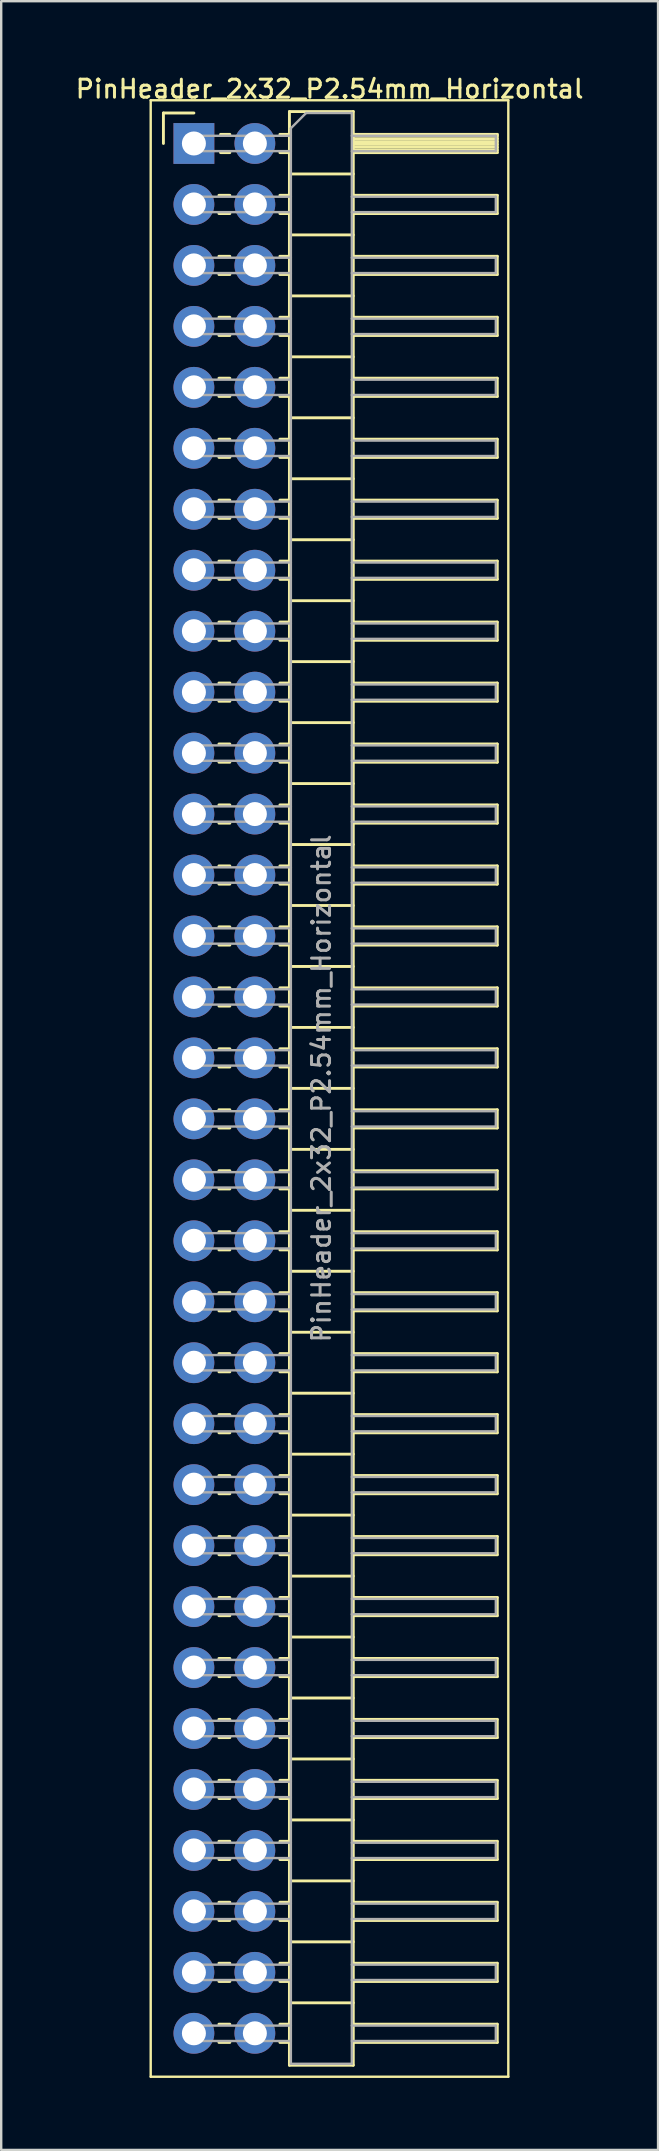
<source format=kicad_pcb>
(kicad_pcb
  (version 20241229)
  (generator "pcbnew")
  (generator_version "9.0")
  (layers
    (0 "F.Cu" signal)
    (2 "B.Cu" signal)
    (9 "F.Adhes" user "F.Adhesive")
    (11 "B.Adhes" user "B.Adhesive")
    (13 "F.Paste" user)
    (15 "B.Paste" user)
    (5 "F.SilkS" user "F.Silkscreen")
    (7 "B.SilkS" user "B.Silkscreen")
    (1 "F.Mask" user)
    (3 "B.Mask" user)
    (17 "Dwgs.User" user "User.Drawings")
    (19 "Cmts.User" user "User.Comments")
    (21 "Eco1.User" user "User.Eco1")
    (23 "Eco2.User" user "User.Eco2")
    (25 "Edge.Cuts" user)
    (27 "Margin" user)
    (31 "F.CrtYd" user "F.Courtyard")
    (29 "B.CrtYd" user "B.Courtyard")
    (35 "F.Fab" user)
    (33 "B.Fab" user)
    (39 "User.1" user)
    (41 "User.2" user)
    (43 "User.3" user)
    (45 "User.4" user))
  (footprint "PinHeader_2x32_P2.54mm_Horizontal"
    (layer "F.Cu")
    (at 5.029 2.928)
    (property "Reference" "PinHeader_2x32_P2.54mm_Horizontal" (at 5.655 -2.27 0) (layer "F.SilkS") (effects (font (size 0.75 0.75) (thickness 0.125))))
    (attr through_hole)
    (fp_line (start -1.8 -1.8) (end -1.8 80.55) (stroke (width 0.1) (type solid)) (layer "F.SilkS"))
    (fp_line (start -1.8 80.55) (end 13.1 80.55) (stroke (width 0.1) (type solid)) (layer "F.SilkS"))
    (fp_line (start -1.27 -1.27) (end 0 -1.27) (stroke (width 0.12) (type solid)) (layer "F.SilkS"))
    (fp_line (start -1.27 0) (end -1.27 -1.27) (stroke (width 0.12) (type solid)) (layer "F.SilkS"))
    (fp_line (start 1.043 2.16) (end 1.497 2.16) (stroke (width 0.12) (type solid)) (layer "F.SilkS"))
    (fp_line (start 1.043 2.92) (end 1.497 2.92) (stroke (width 0.12) (type solid)) (layer "F.SilkS"))
    (fp_line (start 1.043 4.7) (end 1.497 4.7) (stroke (width 0.12) (type solid)) (layer "F.SilkS"))
    (fp_line (start 1.043 5.46) (end 1.497 5.46) (stroke (width 0.12) (type solid)) (layer "F.SilkS"))
    (fp_line (start 1.043 7.24) (end 1.497 7.24) (stroke (width 0.12) (type solid)) (layer "F.SilkS"))
    (fp_line (start 1.043 8) (end 1.497 8) (stroke (width 0.12) (type solid)) (layer "F.SilkS"))
    (fp_line (start 1.043 9.78) (end 1.497 9.78) (stroke (width 0.12) (type solid)) (layer "F.SilkS"))
    (fp_line (start 1.043 10.54) (end 1.497 10.54) (stroke (width 0.12) (type solid)) (layer "F.SilkS"))
    (fp_line (start 1.043 12.32) (end 1.497 12.32) (stroke (width 0.12) (type solid)) (layer "F.SilkS"))
    (fp_line (start 1.043 13.08) (end 1.497 13.08) (stroke (width 0.12) (type solid)) (layer "F.SilkS"))
    (fp_line (start 1.043 14.86) (end 1.497 14.86) (stroke (width 0.12) (type solid)) (layer "F.SilkS"))
    (fp_line (start 1.043 15.62) (end 1.497 15.62) (stroke (width 0.12) (type solid)) (layer "F.SilkS"))
    (fp_line (start 1.043 17.4) (end 1.497 17.4) (stroke (width 0.12) (type solid)) (layer "F.SilkS"))
    (fp_line (start 1.043 18.16) (end 1.497 18.16) (stroke (width 0.12) (type solid)) (layer "F.SilkS"))
    (fp_line (start 1.043 19.94) (end 1.497 19.94) (stroke (width 0.12) (type solid)) (layer "F.SilkS"))
    (fp_line (start 1.043 20.7) (end 1.497 20.7) (stroke (width 0.12) (type solid)) (layer "F.SilkS"))
    (fp_line (start 1.043 22.48) (end 1.497 22.48) (stroke (width 0.12) (type solid)) (layer "F.SilkS"))
    (fp_line (start 1.043 23.24) (end 1.497 23.24) (stroke (width 0.12) (type solid)) (layer "F.SilkS"))
    (fp_line (start 1.043 25.02) (end 1.497 25.02) (stroke (width 0.12) (type solid)) (layer "F.SilkS"))
    (fp_line (start 1.043 25.78) (end 1.497 25.78) (stroke (width 0.12) (type solid)) (layer "F.SilkS"))
    (fp_line (start 1.043 27.56) (end 1.497 27.56) (stroke (width 0.12) (type solid)) (layer "F.SilkS"))
    (fp_line (start 1.043 28.32) (end 1.497 28.32) (stroke (width 0.12) (type solid)) (layer "F.SilkS"))
    (fp_line (start 1.043 30.1) (end 1.497 30.1) (stroke (width 0.12) (type solid)) (layer "F.SilkS"))
    (fp_line (start 1.043 30.86) (end 1.497 30.86) (stroke (width 0.12) (type solid)) (layer "F.SilkS"))
    (fp_line (start 1.043 32.64) (end 1.497 32.64) (stroke (width 0.12) (type solid)) (layer "F.SilkS"))
    (fp_line (start 1.043 33.4) (end 1.497 33.4) (stroke (width 0.12) (type solid)) (layer "F.SilkS"))
    (fp_line (start 1.043 35.18) (end 1.497 35.18) (stroke (width 0.12) (type solid)) (layer "F.SilkS"))
    (fp_line (start 1.043 35.94) (end 1.497 35.94) (stroke (width 0.12) (type solid)) (layer "F.SilkS"))
    (fp_line (start 1.043 37.72) (end 1.497 37.72) (stroke (width 0.12) (type solid)) (layer "F.SilkS"))
    (fp_line (start 1.043 38.48) (end 1.497 38.48) (stroke (width 0.12) (type solid)) (layer "F.SilkS"))
    (fp_line (start 1.043 40.26) (end 1.497 40.26) (stroke (width 0.12) (type solid)) (layer "F.SilkS"))
    (fp_line (start 1.043 41.02) (end 1.497 41.02) (stroke (width 0.12) (type solid)) (layer "F.SilkS"))
    (fp_line (start 1.043 42.8) (end 1.497 42.8) (stroke (width 0.12) (type solid)) (layer "F.SilkS"))
    (fp_line (start 1.043 43.56) (end 1.497 43.56) (stroke (width 0.12) (type solid)) (layer "F.SilkS"))
    (fp_line (start 1.043 45.34) (end 1.497 45.34) (stroke (width 0.12) (type solid)) (layer "F.SilkS"))
    (fp_line (start 1.043 46.1) (end 1.497 46.1) (stroke (width 0.12) (type solid)) (layer "F.SilkS"))
    (fp_line (start 1.043 47.88) (end 1.497 47.88) (stroke (width 0.12) (type solid)) (layer "F.SilkS"))
    (fp_line (start 1.043 48.64) (end 1.497 48.64) (stroke (width 0.12) (type solid)) (layer "F.SilkS"))
    (fp_line (start 1.043 50.42) (end 1.497 50.42) (stroke (width 0.12) (type solid)) (layer "F.SilkS"))
    (fp_line (start 1.043 51.18) (end 1.497 51.18) (stroke (width 0.12) (type solid)) (layer "F.SilkS"))
    (fp_line (start 1.043 52.96) (end 1.497 52.96) (stroke (width 0.12) (type solid)) (layer "F.SilkS"))
    (fp_line (start 1.043 53.72) (end 1.497 53.72) (stroke (width 0.12) (type solid)) (layer "F.SilkS"))
    (fp_line (start 1.043 55.5) (end 1.497 55.5) (stroke (width 0.12) (type solid)) (layer "F.SilkS"))
    (fp_line (start 1.043 56.26) (end 1.497 56.26) (stroke (width 0.12) (type solid)) (layer "F.SilkS"))
    (fp_line (start 1.043 58.04) (end 1.497 58.04) (stroke (width 0.12) (type solid)) (layer "F.SilkS"))
    (fp_line (start 1.043 58.8) (end 1.497 58.8) (stroke (width 0.12) (type solid)) (layer "F.SilkS"))
    (fp_line (start 1.043 60.58) (end 1.497 60.58) (stroke (width 0.12) (type solid)) (layer "F.SilkS"))
    (fp_line (start 1.043 61.34) (end 1.497 61.34) (stroke (width 0.12) (type solid)) (layer "F.SilkS"))
    (fp_line (start 1.043 63.12) (end 1.497 63.12) (stroke (width 0.12) (type solid)) (layer "F.SilkS"))
    (fp_line (start 1.043 63.88) (end 1.497 63.88) (stroke (width 0.12) (type solid)) (layer "F.SilkS"))
    (fp_line (start 1.043 65.66) (end 1.497 65.66) (stroke (width 0.12) (type solid)) (layer "F.SilkS"))
    (fp_line (start 1.043 66.42) (end 1.497 66.42) (stroke (width 0.12) (type solid)) (layer "F.SilkS"))
    (fp_line (start 1.043 68.2) (end 1.497 68.2) (stroke (width 0.12) (type solid)) (layer "F.SilkS"))
    (fp_line (start 1.043 68.96) (end 1.497 68.96) (stroke (width 0.12) (type solid)) (layer "F.SilkS"))
    (fp_line (start 1.043 70.74) (end 1.497 70.74) (stroke (width 0.12) (type solid)) (layer "F.SilkS"))
    (fp_line (start 1.043 71.5) (end 1.497 71.5) (stroke (width 0.12) (type solid)) (layer "F.SilkS"))
    (fp_line (start 1.043 73.28) (end 1.497 73.28) (stroke (width 0.12) (type solid)) (layer "F.SilkS"))
    (fp_line (start 1.043 74.04) (end 1.497 74.04) (stroke (width 0.12) (type solid)) (layer "F.SilkS"))
    (fp_line (start 1.043 75.82) (end 1.497 75.82) (stroke (width 0.12) (type solid)) (layer "F.SilkS"))
    (fp_line (start 1.043 76.58) (end 1.497 76.58) (stroke (width 0.12) (type solid)) (layer "F.SilkS"))
    (fp_line (start 1.043 78.36) (end 1.497 78.36) (stroke (width 0.12) (type solid)) (layer "F.SilkS"))
    (fp_line (start 1.043 79.12) (end 1.497 79.12) (stroke (width 0.12) (type solid)) (layer "F.SilkS"))
    (fp_line (start 1.11 -0.38) (end 1.497 -0.38) (stroke (width 0.12) (type solid)) (layer "F.SilkS"))
    (fp_line (start 1.11 0.38) (end 1.497 0.38) (stroke (width 0.12) (type solid)) (layer "F.SilkS"))
    (fp_line (start 3.583 -0.38) (end 3.98 -0.38) (stroke (width 0.12) (type solid)) (layer "F.SilkS"))
    (fp_line (start 3.583 0.38) (end 3.98 0.38) (stroke (width 0.12) (type solid)) (layer "F.SilkS"))
    (fp_line (start 3.583 2.16) (end 3.98 2.16) (stroke (width 0.12) (type solid)) (layer "F.SilkS"))
    (fp_line (start 3.583 2.92) (end 3.98 2.92) (stroke (width 0.12) (type solid)) (layer "F.SilkS"))
    (fp_line (start 3.583 4.7) (end 3.98 4.7) (stroke (width 0.12) (type solid)) (layer "F.SilkS"))
    (fp_line (start 3.583 5.46) (end 3.98 5.46) (stroke (width 0.12) (type solid)) (layer "F.SilkS"))
    (fp_line (start 3.583 7.24) (end 3.98 7.24) (stroke (width 0.12) (type solid)) (layer "F.SilkS"))
    (fp_line (start 3.583 8) (end 3.98 8) (stroke (width 0.12) (type solid)) (layer "F.SilkS"))
    (fp_line (start 3.583 9.78) (end 3.98 9.78) (stroke (width 0.12) (type solid)) (layer "F.SilkS"))
    (fp_line (start 3.583 10.54) (end 3.98 10.54) (stroke (width 0.12) (type solid)) (layer "F.SilkS"))
    (fp_line (start 3.583 12.32) (end 3.98 12.32) (stroke (width 0.12) (type solid)) (layer "F.SilkS"))
    (fp_line (start 3.583 13.08) (end 3.98 13.08) (stroke (width 0.12) (type solid)) (layer "F.SilkS"))
    (fp_line (start 3.583 14.86) (end 3.98 14.86) (stroke (width 0.12) (type solid)) (layer "F.SilkS"))
    (fp_line (start 3.583 15.62) (end 3.98 15.62) (stroke (width 0.12) (type solid)) (layer "F.SilkS"))
    (fp_line (start 3.583 17.4) (end 3.98 17.4) (stroke (width 0.12) (type solid)) (layer "F.SilkS"))
    (fp_line (start 3.583 18.16) (end 3.98 18.16) (stroke (width 0.12) (type solid)) (layer "F.SilkS"))
    (fp_line (start 3.583 19.94) (end 3.98 19.94) (stroke (width 0.12) (type solid)) (layer "F.SilkS"))
    (fp_line (start 3.583 20.7) (end 3.98 20.7) (stroke (width 0.12) (type solid)) (layer "F.SilkS"))
    (fp_line (start 3.583 22.48) (end 3.98 22.48) (stroke (width 0.12) (type solid)) (layer "F.SilkS"))
    (fp_line (start 3.583 23.24) (end 3.98 23.24) (stroke (width 0.12) (type solid)) (layer "F.SilkS"))
    (fp_line (start 3.583 25.02) (end 3.98 25.02) (stroke (width 0.12) (type solid)) (layer "F.SilkS"))
    (fp_line (start 3.583 25.78) (end 3.98 25.78) (stroke (width 0.12) (type solid)) (layer "F.SilkS"))
    (fp_line (start 3.583 27.56) (end 3.98 27.56) (stroke (width 0.12) (type solid)) (layer "F.SilkS"))
    (fp_line (start 3.583 28.32) (end 3.98 28.32) (stroke (width 0.12) (type solid)) (layer "F.SilkS"))
    (fp_line (start 3.583 30.1) (end 3.98 30.1) (stroke (width 0.12) (type solid)) (layer "F.SilkS"))
    (fp_line (start 3.583 30.86) (end 3.98 30.86) (stroke (width 0.12) (type solid)) (layer "F.SilkS"))
    (fp_line (start 3.583 32.64) (end 3.98 32.64) (stroke (width 0.12) (type solid)) (layer "F.SilkS"))
    (fp_line (start 3.583 33.4) (end 3.98 33.4) (stroke (width 0.12) (type solid)) (layer "F.SilkS"))
    (fp_line (start 3.583 35.18) (end 3.98 35.18) (stroke (width 0.12) (type solid)) (layer "F.SilkS"))
    (fp_line (start 3.583 35.94) (end 3.98 35.94) (stroke (width 0.12) (type solid)) (layer "F.SilkS"))
    (fp_line (start 3.583 37.72) (end 3.98 37.72) (stroke (width 0.12) (type solid)) (layer "F.SilkS"))
    (fp_line (start 3.583 38.48) (end 3.98 38.48) (stroke (width 0.12) (type solid)) (layer "F.SilkS"))
    (fp_line (start 3.583 40.26) (end 3.98 40.26) (stroke (width 0.12) (type solid)) (layer "F.SilkS"))
    (fp_line (start 3.583 41.02) (end 3.98 41.02) (stroke (width 0.12) (type solid)) (layer "F.SilkS"))
    (fp_line (start 3.583 42.8) (end 3.98 42.8) (stroke (width 0.12) (type solid)) (layer "F.SilkS"))
    (fp_line (start 3.583 43.56) (end 3.98 43.56) (stroke (width 0.12) (type solid)) (layer "F.SilkS"))
    (fp_line (start 3.583 45.34) (end 3.98 45.34) (stroke (width 0.12) (type solid)) (layer "F.SilkS"))
    (fp_line (start 3.583 46.1) (end 3.98 46.1) (stroke (width 0.12) (type solid)) (layer "F.SilkS"))
    (fp_line (start 3.583 47.88) (end 3.98 47.88) (stroke (width 0.12) (type solid)) (layer "F.SilkS"))
    (fp_line (start 3.583 48.64) (end 3.98 48.64) (stroke (width 0.12) (type solid)) (layer "F.SilkS"))
    (fp_line (start 3.583 50.42) (end 3.98 50.42) (stroke (width 0.12) (type solid)) (layer "F.SilkS"))
    (fp_line (start 3.583 51.18) (end 3.98 51.18) (stroke (width 0.12) (type solid)) (layer "F.SilkS"))
    (fp_line (start 3.583 52.96) (end 3.98 52.96) (stroke (width 0.12) (type solid)) (layer "F.SilkS"))
    (fp_line (start 3.583 53.72) (end 3.98 53.72) (stroke (width 0.12) (type solid)) (layer "F.SilkS"))
    (fp_line (start 3.583 55.5) (end 3.98 55.5) (stroke (width 0.12) (type solid)) (layer "F.SilkS"))
    (fp_line (start 3.583 56.26) (end 3.98 56.26) (stroke (width 0.12) (type solid)) (layer "F.SilkS"))
    (fp_line (start 3.583 58.04) (end 3.98 58.04) (stroke (width 0.12) (type solid)) (layer "F.SilkS"))
    (fp_line (start 3.583 58.8) (end 3.98 58.8) (stroke (width 0.12) (type solid)) (layer "F.SilkS"))
    (fp_line (start 3.583 60.58) (end 3.98 60.58) (stroke (width 0.12) (type solid)) (layer "F.SilkS"))
    (fp_line (start 3.583 61.34) (end 3.98 61.34) (stroke (width 0.12) (type solid)) (layer "F.SilkS"))
    (fp_line (start 3.583 63.12) (end 3.98 63.12) (stroke (width 0.12) (type solid)) (layer "F.SilkS"))
    (fp_line (start 3.583 63.88) (end 3.98 63.88) (stroke (width 0.12) (type solid)) (layer "F.SilkS"))
    (fp_line (start 3.583 65.66) (end 3.98 65.66) (stroke (width 0.12) (type solid)) (layer "F.SilkS"))
    (fp_line (start 3.583 66.42) (end 3.98 66.42) (stroke (width 0.12) (type solid)) (layer "F.SilkS"))
    (fp_line (start 3.583 68.2) (end 3.98 68.2) (stroke (width 0.12) (type solid)) (layer "F.SilkS"))
    (fp_line (start 3.583 68.96) (end 3.98 68.96) (stroke (width 0.12) (type solid)) (layer "F.SilkS"))
    (fp_line (start 3.583 70.74) (end 3.98 70.74) (stroke (width 0.12) (type solid)) (layer "F.SilkS"))
    (fp_line (start 3.583 71.5) (end 3.98 71.5) (stroke (width 0.12) (type solid)) (layer "F.SilkS"))
    (fp_line (start 3.583 73.28) (end 3.98 73.28) (stroke (width 0.12) (type solid)) (layer "F.SilkS"))
    (fp_line (start 3.583 74.04) (end 3.98 74.04) (stroke (width 0.12) (type solid)) (layer "F.SilkS"))
    (fp_line (start 3.583 75.82) (end 3.98 75.82) (stroke (width 0.12) (type solid)) (layer "F.SilkS"))
    (fp_line (start 3.583 76.58) (end 3.98 76.58) (stroke (width 0.12) (type solid)) (layer "F.SilkS"))
    (fp_line (start 3.583 78.36) (end 3.98 78.36) (stroke (width 0.12) (type solid)) (layer "F.SilkS"))
    (fp_line (start 3.583 79.12) (end 3.98 79.12) (stroke (width 0.12) (type solid)) (layer "F.SilkS"))
    (fp_line (start 3.98 -1.33) (end 3.98 80.07) (stroke (width 0.12) (type solid)) (layer "F.SilkS"))
    (fp_line (start 3.98 1.27) (end 6.64 1.27) (stroke (width 0.12) (type solid)) (layer "F.SilkS"))
    (fp_line (start 3.98 3.81) (end 6.64 3.81) (stroke (width 0.12) (type solid)) (layer "F.SilkS"))
    (fp_line (start 3.98 6.35) (end 6.64 6.35) (stroke (width 0.12) (type solid)) (layer "F.SilkS"))
    (fp_line (start 3.98 8.89) (end 6.64 8.89) (stroke (width 0.12) (type solid)) (layer "F.SilkS"))
    (fp_line (start 3.98 11.43) (end 6.64 11.43) (stroke (width 0.12) (type solid)) (layer "F.SilkS"))
    (fp_line (start 3.98 13.97) (end 6.64 13.97) (stroke (width 0.12) (type solid)) (layer "F.SilkS"))
    (fp_line (start 3.98 16.51) (end 6.64 16.51) (stroke (width 0.12) (type solid)) (layer "F.SilkS"))
    (fp_line (start 3.98 19.05) (end 6.64 19.05) (stroke (width 0.12) (type solid)) (layer "F.SilkS"))
    (fp_line (start 3.98 21.59) (end 6.64 21.59) (stroke (width 0.12) (type solid)) (layer "F.SilkS"))
    (fp_line (start 3.98 24.13) (end 6.64 24.13) (stroke (width 0.12) (type solid)) (layer "F.SilkS"))
    (fp_line (start 3.98 26.67) (end 6.64 26.67) (stroke (width 0.12) (type solid)) (layer "F.SilkS"))
    (fp_line (start 3.98 29.21) (end 6.64 29.21) (stroke (width 0.12) (type solid)) (layer "F.SilkS"))
    (fp_line (start 3.98 31.75) (end 6.64 31.75) (stroke (width 0.12) (type solid)) (layer "F.SilkS"))
    (fp_line (start 3.98 34.29) (end 6.64 34.29) (stroke (width 0.12) (type solid)) (layer "F.SilkS"))
    (fp_line (start 3.98 36.83) (end 6.64 36.83) (stroke (width 0.12) (type solid)) (layer "F.SilkS"))
    (fp_line (start 3.98 39.37) (end 6.64 39.37) (stroke (width 0.12) (type solid)) (layer "F.SilkS"))
    (fp_line (start 3.98 41.91) (end 6.64 41.91) (stroke (width 0.12) (type solid)) (layer "F.SilkS"))
    (fp_line (start 3.98 44.45) (end 6.64 44.45) (stroke (width 0.12) (type solid)) (layer "F.SilkS"))
    (fp_line (start 3.98 46.99) (end 6.64 46.99) (stroke (width 0.12) (type solid)) (layer "F.SilkS"))
    (fp_line (start 3.98 49.53) (end 6.64 49.53) (stroke (width 0.12) (type solid)) (layer "F.SilkS"))
    (fp_line (start 3.98 52.07) (end 6.64 52.07) (stroke (width 0.12) (type solid)) (layer "F.SilkS"))
    (fp_line (start 3.98 54.61) (end 6.64 54.61) (stroke (width 0.12) (type solid)) (layer "F.SilkS"))
    (fp_line (start 3.98 57.15) (end 6.64 57.15) (stroke (width 0.12) (type solid)) (layer "F.SilkS"))
    (fp_line (start 3.98 59.69) (end 6.64 59.69) (stroke (width 0.12) (type solid)) (layer "F.SilkS"))
    (fp_line (start 3.98 62.23) (end 6.64 62.23) (stroke (width 0.12) (type solid)) (layer "F.SilkS"))
    (fp_line (start 3.98 64.77) (end 6.64 64.77) (stroke (width 0.12) (type solid)) (layer "F.SilkS"))
    (fp_line (start 3.98 67.31) (end 6.64 67.31) (stroke (width 0.12) (type solid)) (layer "F.SilkS"))
    (fp_line (start 3.98 69.85) (end 6.64 69.85) (stroke (width 0.12) (type solid)) (layer "F.SilkS"))
    (fp_line (start 3.98 72.39) (end 6.64 72.39) (stroke (width 0.12) (type solid)) (layer "F.SilkS"))
    (fp_line (start 3.98 74.93) (end 6.64 74.93) (stroke (width 0.12) (type solid)) (layer "F.SilkS"))
    (fp_line (start 3.98 77.47) (end 6.64 77.47) (stroke (width 0.12) (type solid)) (layer "F.SilkS"))
    (fp_line (start 3.98 80.07) (end 6.64 80.07) (stroke (width 0.12) (type solid)) (layer "F.SilkS"))
    (fp_line (start 6.64 -1.33) (end 3.98 -1.33) (stroke (width 0.12) (type solid)) (layer "F.SilkS"))
    (fp_line (start 6.64 -0.38) (end 12.64 -0.38) (stroke (width 0.12) (type solid)) (layer "F.SilkS"))
    (fp_line (start 6.64 -0.32) (end 12.64 -0.32) (stroke (width 0.12) (type solid)) (layer "F.SilkS"))
    (fp_line (start 6.64 -0.2) (end 12.64 -0.2) (stroke (width 0.12) (type solid)) (layer "F.SilkS"))
    (fp_line (start 6.64 -0.08) (end 12.64 -0.08) (stroke (width 0.12) (type solid)) (layer "F.SilkS"))
    (fp_line (start 6.64 0.04) (end 12.64 0.04) (stroke (width 0.12) (type solid)) (layer "F.SilkS"))
    (fp_line (start 6.64 0.16) (end 12.64 0.16) (stroke (width 0.12) (type solid)) (layer "F.SilkS"))
    (fp_line (start 6.64 0.28) (end 12.64 0.28) (stroke (width 0.12) (type solid)) (layer "F.SilkS"))
    (fp_line (start 6.64 2.16) (end 12.64 2.16) (stroke (width 0.12) (type solid)) (layer "F.SilkS"))
    (fp_line (start 6.64 4.7) (end 12.64 4.7) (stroke (width 0.12) (type solid)) (layer "F.SilkS"))
    (fp_line (start 6.64 7.24) (end 12.64 7.24) (stroke (width 0.12) (type solid)) (layer "F.SilkS"))
    (fp_line (start 6.64 9.78) (end 12.64 9.78) (stroke (width 0.12) (type solid)) (layer "F.SilkS"))
    (fp_line (start 6.64 12.32) (end 12.64 12.32) (stroke (width 0.12) (type solid)) (layer "F.SilkS"))
    (fp_line (start 6.64 14.86) (end 12.64 14.86) (stroke (width 0.12) (type solid)) (layer "F.SilkS"))
    (fp_line (start 6.64 17.4) (end 12.64 17.4) (stroke (width 0.12) (type solid)) (layer "F.SilkS"))
    (fp_line (start 6.64 19.94) (end 12.64 19.94) (stroke (width 0.12) (type solid)) (layer "F.SilkS"))
    (fp_line (start 6.64 22.48) (end 12.64 22.48) (stroke (width 0.12) (type solid)) (layer "F.SilkS"))
    (fp_line (start 6.64 25.02) (end 12.64 25.02) (stroke (width 0.12) (type solid)) (layer "F.SilkS"))
    (fp_line (start 6.64 27.56) (end 12.64 27.56) (stroke (width 0.12) (type solid)) (layer "F.SilkS"))
    (fp_line (start 6.64 30.1) (end 12.64 30.1) (stroke (width 0.12) (type solid)) (layer "F.SilkS"))
    (fp_line (start 6.64 32.64) (end 12.64 32.64) (stroke (width 0.12) (type solid)) (layer "F.SilkS"))
    (fp_line (start 6.64 35.18) (end 12.64 35.18) (stroke (width 0.12) (type solid)) (layer "F.SilkS"))
    (fp_line (start 6.64 37.72) (end 12.64 37.72) (stroke (width 0.12) (type solid)) (layer "F.SilkS"))
    (fp_line (start 6.64 40.26) (end 12.64 40.26) (stroke (width 0.12) (type solid)) (layer "F.SilkS"))
    (fp_line (start 6.64 42.8) (end 12.64 42.8) (stroke (width 0.12) (type solid)) (layer "F.SilkS"))
    (fp_line (start 6.64 45.34) (end 12.64 45.34) (stroke (width 0.12) (type solid)) (layer "F.SilkS"))
    (fp_line (start 6.64 47.88) (end 12.64 47.88) (stroke (width 0.12) (type solid)) (layer "F.SilkS"))
    (fp_line (start 6.64 50.42) (end 12.64 50.42) (stroke (width 0.12) (type solid)) (layer "F.SilkS"))
    (fp_line (start 6.64 52.96) (end 12.64 52.96) (stroke (width 0.12) (type solid)) (layer "F.SilkS"))
    (fp_line (start 6.64 55.5) (end 12.64 55.5) (stroke (width 0.12) (type solid)) (layer "F.SilkS"))
    (fp_line (start 6.64 58.04) (end 12.64 58.04) (stroke (width 0.12) (type solid)) (layer "F.SilkS"))
    (fp_line (start 6.64 60.58) (end 12.64 60.58) (stroke (width 0.12) (type solid)) (layer "F.SilkS"))
    (fp_line (start 6.64 63.12) (end 12.64 63.12) (stroke (width 0.12) (type solid)) (layer "F.SilkS"))
    (fp_line (start 6.64 65.66) (end 12.64 65.66) (stroke (width 0.12) (type solid)) (layer "F.SilkS"))
    (fp_line (start 6.64 68.2) (end 12.64 68.2) (stroke (width 0.12) (type solid)) (layer "F.SilkS"))
    (fp_line (start 6.64 70.74) (end 12.64 70.74) (stroke (width 0.12) (type solid)) (layer "F.SilkS"))
    (fp_line (start 6.64 73.28) (end 12.64 73.28) (stroke (width 0.12) (type solid)) (layer "F.SilkS"))
    (fp_line (start 6.64 75.82) (end 12.64 75.82) (stroke (width 0.12) (type solid)) (layer "F.SilkS"))
    (fp_line (start 6.64 78.36) (end 12.64 78.36) (stroke (width 0.12) (type solid)) (layer "F.SilkS"))
    (fp_line (start 6.64 80.07) (end 6.64 -1.33) (stroke (width 0.12) (type solid)) (layer "F.SilkS"))
    (fp_line (start 12.64 -0.38) (end 12.64 0.38) (stroke (width 0.12) (type solid)) (layer "F.SilkS"))
    (fp_line (start 12.64 0.38) (end 6.64 0.38) (stroke (width 0.12) (type solid)) (layer "F.SilkS"))
    (fp_line (start 12.64 2.16) (end 12.64 2.92) (stroke (width 0.12) (type solid)) (layer "F.SilkS"))
    (fp_line (start 12.64 2.92) (end 6.64 2.92) (stroke (width 0.12) (type solid)) (layer "F.SilkS"))
    (fp_line (start 12.64 4.7) (end 12.64 5.46) (stroke (width 0.12) (type solid)) (layer "F.SilkS"))
    (fp_line (start 12.64 5.46) (end 6.64 5.46) (stroke (width 0.12) (type solid)) (layer "F.SilkS"))
    (fp_line (start 12.64 7.24) (end 12.64 8) (stroke (width 0.12) (type solid)) (layer "F.SilkS"))
    (fp_line (start 12.64 8) (end 6.64 8) (stroke (width 0.12) (type solid)) (layer "F.SilkS"))
    (fp_line (start 12.64 9.78) (end 12.64 10.54) (stroke (width 0.12) (type solid)) (layer "F.SilkS"))
    (fp_line (start 12.64 10.54) (end 6.64 10.54) (stroke (width 0.12) (type solid)) (layer "F.SilkS"))
    (fp_line (start 12.64 12.32) (end 12.64 13.08) (stroke (width 0.12) (type solid)) (layer "F.SilkS"))
    (fp_line (start 12.64 13.08) (end 6.64 13.08) (stroke (width 0.12) (type solid)) (layer "F.SilkS"))
    (fp_line (start 12.64 14.86) (end 12.64 15.62) (stroke (width 0.12) (type solid)) (layer "F.SilkS"))
    (fp_line (start 12.64 15.62) (end 6.64 15.62) (stroke (width 0.12) (type solid)) (layer "F.SilkS"))
    (fp_line (start 12.64 17.4) (end 12.64 18.16) (stroke (width 0.12) (type solid)) (layer "F.SilkS"))
    (fp_line (start 12.64 18.16) (end 6.64 18.16) (stroke (width 0.12) (type solid)) (layer "F.SilkS"))
    (fp_line (start 12.64 19.94) (end 12.64 20.7) (stroke (width 0.12) (type solid)) (layer "F.SilkS"))
    (fp_line (start 12.64 20.7) (end 6.64 20.7) (stroke (width 0.12) (type solid)) (layer "F.SilkS"))
    (fp_line (start 12.64 22.48) (end 12.64 23.24) (stroke (width 0.12) (type solid)) (layer "F.SilkS"))
    (fp_line (start 12.64 23.24) (end 6.64 23.24) (stroke (width 0.12) (type solid)) (layer "F.SilkS"))
    (fp_line (start 12.64 25.02) (end 12.64 25.78) (stroke (width 0.12) (type solid)) (layer "F.SilkS"))
    (fp_line (start 12.64 25.78) (end 6.64 25.78) (stroke (width 0.12) (type solid)) (layer "F.SilkS"))
    (fp_line (start 12.64 27.56) (end 12.64 28.32) (stroke (width 0.12) (type solid)) (layer "F.SilkS"))
    (fp_line (start 12.64 28.32) (end 6.64 28.32) (stroke (width 0.12) (type solid)) (layer "F.SilkS"))
    (fp_line (start 12.64 30.1) (end 12.64 30.86) (stroke (width 0.12) (type solid)) (layer "F.SilkS"))
    (fp_line (start 12.64 30.86) (end 6.64 30.86) (stroke (width 0.12) (type solid)) (layer "F.SilkS"))
    (fp_line (start 12.64 32.64) (end 12.64 33.4) (stroke (width 0.12) (type solid)) (layer "F.SilkS"))
    (fp_line (start 12.64 33.4) (end 6.64 33.4) (stroke (width 0.12) (type solid)) (layer "F.SilkS"))
    (fp_line (start 12.64 35.18) (end 12.64 35.94) (stroke (width 0.12) (type solid)) (layer "F.SilkS"))
    (fp_line (start 12.64 35.94) (end 6.64 35.94) (stroke (width 0.12) (type solid)) (layer "F.SilkS"))
    (fp_line (start 12.64 37.72) (end 12.64 38.48) (stroke (width 0.12) (type solid)) (layer "F.SilkS"))
    (fp_line (start 12.64 38.48) (end 6.64 38.48) (stroke (width 0.12) (type solid)) (layer "F.SilkS"))
    (fp_line (start 12.64 40.26) (end 12.64 41.02) (stroke (width 0.12) (type solid)) (layer "F.SilkS"))
    (fp_line (start 12.64 41.02) (end 6.64 41.02) (stroke (width 0.12) (type solid)) (layer "F.SilkS"))
    (fp_line (start 12.64 42.8) (end 12.64 43.56) (stroke (width 0.12) (type solid)) (layer "F.SilkS"))
    (fp_line (start 12.64 43.56) (end 6.64 43.56) (stroke (width 0.12) (type solid)) (layer "F.SilkS"))
    (fp_line (start 12.64 45.34) (end 12.64 46.1) (stroke (width 0.12) (type solid)) (layer "F.SilkS"))
    (fp_line (start 12.64 46.1) (end 6.64 46.1) (stroke (width 0.12) (type solid)) (layer "F.SilkS"))
    (fp_line (start 12.64 47.88) (end 12.64 48.64) (stroke (width 0.12) (type solid)) (layer "F.SilkS"))
    (fp_line (start 12.64 48.64) (end 6.64 48.64) (stroke (width 0.12) (type solid)) (layer "F.SilkS"))
    (fp_line (start 12.64 50.42) (end 12.64 51.18) (stroke (width 0.12) (type solid)) (layer "F.SilkS"))
    (fp_line (start 12.64 51.18) (end 6.64 51.18) (stroke (width 0.12) (type solid)) (layer "F.SilkS"))
    (fp_line (start 12.64 52.96) (end 12.64 53.72) (stroke (width 0.12) (type solid)) (layer "F.SilkS"))
    (fp_line (start 12.64 53.72) (end 6.64 53.72) (stroke (width 0.12) (type solid)) (layer "F.SilkS"))
    (fp_line (start 12.64 55.5) (end 12.64 56.26) (stroke (width 0.12) (type solid)) (layer "F.SilkS"))
    (fp_line (start 12.64 56.26) (end 6.64 56.26) (stroke (width 0.12) (type solid)) (layer "F.SilkS"))
    (fp_line (start 12.64 58.04) (end 12.64 58.8) (stroke (width 0.12) (type solid)) (layer "F.SilkS"))
    (fp_line (start 12.64 58.8) (end 6.64 58.8) (stroke (width 0.12) (type solid)) (layer "F.SilkS"))
    (fp_line (start 12.64 60.58) (end 12.64 61.34) (stroke (width 0.12) (type solid)) (layer "F.SilkS"))
    (fp_line (start 12.64 61.34) (end 6.64 61.34) (stroke (width 0.12) (type solid)) (layer "F.SilkS"))
    (fp_line (start 12.64 63.12) (end 12.64 63.88) (stroke (width 0.12) (type solid)) (layer "F.SilkS"))
    (fp_line (start 12.64 63.88) (end 6.64 63.88) (stroke (width 0.12) (type solid)) (layer "F.SilkS"))
    (fp_line (start 12.64 65.66) (end 12.64 66.42) (stroke (width 0.12) (type solid)) (layer "F.SilkS"))
    (fp_line (start 12.64 66.42) (end 6.64 66.42) (stroke (width 0.12) (type solid)) (layer "F.SilkS"))
    (fp_line (start 12.64 68.2) (end 12.64 68.96) (stroke (width 0.12) (type solid)) (layer "F.SilkS"))
    (fp_line (start 12.64 68.96) (end 6.64 68.96) (stroke (width 0.12) (type solid)) (layer "F.SilkS"))
    (fp_line (start 12.64 70.74) (end 12.64 71.5) (stroke (width 0.12) (type solid)) (layer "F.SilkS"))
    (fp_line (start 12.64 71.5) (end 6.64 71.5) (stroke (width 0.12) (type solid)) (layer "F.SilkS"))
    (fp_line (start 12.64 73.28) (end 12.64 74.04) (stroke (width 0.12) (type solid)) (layer "F.SilkS"))
    (fp_line (start 12.64 74.04) (end 6.64 74.04) (stroke (width 0.12) (type solid)) (layer "F.SilkS"))
    (fp_line (start 12.64 75.82) (end 12.64 76.58) (stroke (width 0.12) (type solid)) (layer "F.SilkS"))
    (fp_line (start 12.64 76.58) (end 6.64 76.58) (stroke (width 0.12) (type solid)) (layer "F.SilkS"))
    (fp_line (start 12.64 78.36) (end 12.64 79.12) (stroke (width 0.12) (type solid)) (layer "F.SilkS"))
    (fp_line (start 12.64 79.12) (end 6.64 79.12) (stroke (width 0.12) (type solid)) (layer "F.SilkS"))
    (fp_line (start 13.1 -1.8) (end -1.8 -1.8) (stroke (width 0.1) (type solid)) (layer "F.SilkS"))
    (fp_line (start 13.1 80.55) (end 13.1 -1.8) (stroke (width 0.1) (type solid)) (layer "F.SilkS"))
    (fp_line (start -0.32 -0.32) (end -0.32 0.32) (stroke (width 0.1) (type solid)) (layer "F.Fab"))
    (fp_line (start -0.32 -0.32) (end 4.04 -0.32) (stroke (width 0.1) (type solid)) (layer "F.Fab"))
    (fp_line (start -0.32 0.32) (end 4.04 0.32) (stroke (width 0.1) (type solid)) (layer "F.Fab"))
    (fp_line (start -0.32 2.22) (end -0.32 2.86) (stroke (width 0.1) (type solid)) (layer "F.Fab"))
    (fp_line (start -0.32 2.22) (end 4.04 2.22) (stroke (width 0.1) (type solid)) (layer "F.Fab"))
    (fp_line (start -0.32 2.86) (end 4.04 2.86) (stroke (width 0.1) (type solid)) (layer "F.Fab"))
    (fp_line (start -0.32 4.76) (end -0.32 5.4) (stroke (width 0.1) (type solid)) (layer "F.Fab"))
    (fp_line (start -0.32 4.76) (end 4.04 4.76) (stroke (width 0.1) (type solid)) (layer "F.Fab"))
    (fp_line (start -0.32 5.4) (end 4.04 5.4) (stroke (width 0.1) (type solid)) (layer "F.Fab"))
    (fp_line (start -0.32 7.3) (end -0.32 7.94) (stroke (width 0.1) (type solid)) (layer "F.Fab"))
    (fp_line (start -0.32 7.3) (end 4.04 7.3) (stroke (width 0.1) (type solid)) (layer "F.Fab"))
    (fp_line (start -0.32 7.94) (end 4.04 7.94) (stroke (width 0.1) (type solid)) (layer "F.Fab"))
    (fp_line (start -0.32 9.84) (end -0.32 10.48) (stroke (width 0.1) (type solid)) (layer "F.Fab"))
    (fp_line (start -0.32 9.84) (end 4.04 9.84) (stroke (width 0.1) (type solid)) (layer "F.Fab"))
    (fp_line (start -0.32 10.48) (end 4.04 10.48) (stroke (width 0.1) (type solid)) (layer "F.Fab"))
    (fp_line (start -0.32 12.38) (end -0.32 13.02) (stroke (width 0.1) (type solid)) (layer "F.Fab"))
    (fp_line (start -0.32 12.38) (end 4.04 12.38) (stroke (width 0.1) (type solid)) (layer "F.Fab"))
    (fp_line (start -0.32 13.02) (end 4.04 13.02) (stroke (width 0.1) (type solid)) (layer "F.Fab"))
    (fp_line (start -0.32 14.92) (end -0.32 15.56) (stroke (width 0.1) (type solid)) (layer "F.Fab"))
    (fp_line (start -0.32 14.92) (end 4.04 14.92) (stroke (width 0.1) (type solid)) (layer "F.Fab"))
    (fp_line (start -0.32 15.56) (end 4.04 15.56) (stroke (width 0.1) (type solid)) (layer "F.Fab"))
    (fp_line (start -0.32 17.46) (end -0.32 18.1) (stroke (width 0.1) (type solid)) (layer "F.Fab"))
    (fp_line (start -0.32 17.46) (end 4.04 17.46) (stroke (width 0.1) (type solid)) (layer "F.Fab"))
    (fp_line (start -0.32 18.1) (end 4.04 18.1) (stroke (width 0.1) (type solid)) (layer "F.Fab"))
    (fp_line (start -0.32 20) (end -0.32 20.64) (stroke (width 0.1) (type solid)) (layer "F.Fab"))
    (fp_line (start -0.32 20) (end 4.04 20) (stroke (width 0.1) (type solid)) (layer "F.Fab"))
    (fp_line (start -0.32 20.64) (end 4.04 20.64) (stroke (width 0.1) (type solid)) (layer "F.Fab"))
    (fp_line (start -0.32 22.54) (end -0.32 23.18) (stroke (width 0.1) (type solid)) (layer "F.Fab"))
    (fp_line (start -0.32 22.54) (end 4.04 22.54) (stroke (width 0.1) (type solid)) (layer "F.Fab"))
    (fp_line (start -0.32 23.18) (end 4.04 23.18) (stroke (width 0.1) (type solid)) (layer "F.Fab"))
    (fp_line (start -0.32 25.08) (end -0.32 25.72) (stroke (width 0.1) (type solid)) (layer "F.Fab"))
    (fp_line (start -0.32 25.08) (end 4.04 25.08) (stroke (width 0.1) (type solid)) (layer "F.Fab"))
    (fp_line (start -0.32 25.72) (end 4.04 25.72) (stroke (width 0.1) (type solid)) (layer "F.Fab"))
    (fp_line (start -0.32 27.62) (end -0.32 28.26) (stroke (width 0.1) (type solid)) (layer "F.Fab"))
    (fp_line (start -0.32 27.62) (end 4.04 27.62) (stroke (width 0.1) (type solid)) (layer "F.Fab"))
    (fp_line (start -0.32 28.26) (end 4.04 28.26) (stroke (width 0.1) (type solid)) (layer "F.Fab"))
    (fp_line (start -0.32 30.16) (end -0.32 30.8) (stroke (width 0.1) (type solid)) (layer "F.Fab"))
    (fp_line (start -0.32 30.16) (end 4.04 30.16) (stroke (width 0.1) (type solid)) (layer "F.Fab"))
    (fp_line (start -0.32 30.8) (end 4.04 30.8) (stroke (width 0.1) (type solid)) (layer "F.Fab"))
    (fp_line (start -0.32 32.7) (end -0.32 33.34) (stroke (width 0.1) (type solid)) (layer "F.Fab"))
    (fp_line (start -0.32 32.7) (end 4.04 32.7) (stroke (width 0.1) (type solid)) (layer "F.Fab"))
    (fp_line (start -0.32 33.34) (end 4.04 33.34) (stroke (width 0.1) (type solid)) (layer "F.Fab"))
    (fp_line (start -0.32 35.24) (end -0.32 35.88) (stroke (width 0.1) (type solid)) (layer "F.Fab"))
    (fp_line (start -0.32 35.24) (end 4.04 35.24) (stroke (width 0.1) (type solid)) (layer "F.Fab"))
    (fp_line (start -0.32 35.88) (end 4.04 35.88) (stroke (width 0.1) (type solid)) (layer "F.Fab"))
    (fp_line (start -0.32 37.78) (end -0.32 38.42) (stroke (width 0.1) (type solid)) (layer "F.Fab"))
    (fp_line (start -0.32 37.78) (end 4.04 37.78) (stroke (width 0.1) (type solid)) (layer "F.Fab"))
    (fp_line (start -0.32 38.42) (end 4.04 38.42) (stroke (width 0.1) (type solid)) (layer "F.Fab"))
    (fp_line (start -0.32 40.32) (end -0.32 40.96) (stroke (width 0.1) (type solid)) (layer "F.Fab"))
    (fp_line (start -0.32 40.32) (end 4.04 40.32) (stroke (width 0.1) (type solid)) (layer "F.Fab"))
    (fp_line (start -0.32 40.96) (end 4.04 40.96) (stroke (width 0.1) (type solid)) (layer "F.Fab"))
    (fp_line (start -0.32 42.86) (end -0.32 43.5) (stroke (width 0.1) (type solid)) (layer "F.Fab"))
    (fp_line (start -0.32 42.86) (end 4.04 42.86) (stroke (width 0.1) (type solid)) (layer "F.Fab"))
    (fp_line (start -0.32 43.5) (end 4.04 43.5) (stroke (width 0.1) (type solid)) (layer "F.Fab"))
    (fp_line (start -0.32 45.4) (end -0.32 46.04) (stroke (width 0.1) (type solid)) (layer "F.Fab"))
    (fp_line (start -0.32 45.4) (end 4.04 45.4) (stroke (width 0.1) (type solid)) (layer "F.Fab"))
    (fp_line (start -0.32 46.04) (end 4.04 46.04) (stroke (width 0.1) (type solid)) (layer "F.Fab"))
    (fp_line (start -0.32 47.94) (end -0.32 48.58) (stroke (width 0.1) (type solid)) (layer "F.Fab"))
    (fp_line (start -0.32 47.94) (end 4.04 47.94) (stroke (width 0.1) (type solid)) (layer "F.Fab"))
    (fp_line (start -0.32 48.58) (end 4.04 48.58) (stroke (width 0.1) (type solid)) (layer "F.Fab"))
    (fp_line (start -0.32 50.48) (end -0.32 51.12) (stroke (width 0.1) (type solid)) (layer "F.Fab"))
    (fp_line (start -0.32 50.48) (end 4.04 50.48) (stroke (width 0.1) (type solid)) (layer "F.Fab"))
    (fp_line (start -0.32 51.12) (end 4.04 51.12) (stroke (width 0.1) (type solid)) (layer "F.Fab"))
    (fp_line (start -0.32 53.02) (end -0.32 53.66) (stroke (width 0.1) (type solid)) (layer "F.Fab"))
    (fp_line (start -0.32 53.02) (end 4.04 53.02) (stroke (width 0.1) (type solid)) (layer "F.Fab"))
    (fp_line (start -0.32 53.66) (end 4.04 53.66) (stroke (width 0.1) (type solid)) (layer "F.Fab"))
    (fp_line (start -0.32 55.56) (end -0.32 56.2) (stroke (width 0.1) (type solid)) (layer "F.Fab"))
    (fp_line (start -0.32 55.56) (end 4.04 55.56) (stroke (width 0.1) (type solid)) (layer "F.Fab"))
    (fp_line (start -0.32 56.2) (end 4.04 56.2) (stroke (width 0.1) (type solid)) (layer "F.Fab"))
    (fp_line (start -0.32 58.1) (end -0.32 58.74) (stroke (width 0.1) (type solid)) (layer "F.Fab"))
    (fp_line (start -0.32 58.1) (end 4.04 58.1) (stroke (width 0.1) (type solid)) (layer "F.Fab"))
    (fp_line (start -0.32 58.74) (end 4.04 58.74) (stroke (width 0.1) (type solid)) (layer "F.Fab"))
    (fp_line (start -0.32 60.64) (end -0.32 61.28) (stroke (width 0.1) (type solid)) (layer "F.Fab"))
    (fp_line (start -0.32 60.64) (end 4.04 60.64) (stroke (width 0.1) (type solid)) (layer "F.Fab"))
    (fp_line (start -0.32 61.28) (end 4.04 61.28) (stroke (width 0.1) (type solid)) (layer "F.Fab"))
    (fp_line (start -0.32 63.18) (end -0.32 63.82) (stroke (width 0.1) (type solid)) (layer "F.Fab"))
    (fp_line (start -0.32 63.18) (end 4.04 63.18) (stroke (width 0.1) (type solid)) (layer "F.Fab"))
    (fp_line (start -0.32 63.82) (end 4.04 63.82) (stroke (width 0.1) (type solid)) (layer "F.Fab"))
    (fp_line (start -0.32 65.72) (end -0.32 66.36) (stroke (width 0.1) (type solid)) (layer "F.Fab"))
    (fp_line (start -0.32 65.72) (end 4.04 65.72) (stroke (width 0.1) (type solid)) (layer "F.Fab"))
    (fp_line (start -0.32 66.36) (end 4.04 66.36) (stroke (width 0.1) (type solid)) (layer "F.Fab"))
    (fp_line (start -0.32 68.26) (end -0.32 68.9) (stroke (width 0.1) (type solid)) (layer "F.Fab"))
    (fp_line (start -0.32 68.26) (end 4.04 68.26) (stroke (width 0.1) (type solid)) (layer "F.Fab"))
    (fp_line (start -0.32 68.9) (end 4.04 68.9) (stroke (width 0.1) (type solid)) (layer "F.Fab"))
    (fp_line (start -0.32 70.8) (end -0.32 71.44) (stroke (width 0.1) (type solid)) (layer "F.Fab"))
    (fp_line (start -0.32 70.8) (end 4.04 70.8) (stroke (width 0.1) (type solid)) (layer "F.Fab"))
    (fp_line (start -0.32 71.44) (end 4.04 71.44) (stroke (width 0.1) (type solid)) (layer "F.Fab"))
    (fp_line (start -0.32 73.34) (end -0.32 73.98) (stroke (width 0.1) (type solid)) (layer "F.Fab"))
    (fp_line (start -0.32 73.34) (end 4.04 73.34) (stroke (width 0.1) (type solid)) (layer "F.Fab"))
    (fp_line (start -0.32 73.98) (end 4.04 73.98) (stroke (width 0.1) (type solid)) (layer "F.Fab"))
    (fp_line (start -0.32 75.88) (end -0.32 76.52) (stroke (width 0.1) (type solid)) (layer "F.Fab"))
    (fp_line (start -0.32 75.88) (end 4.04 75.88) (stroke (width 0.1) (type solid)) (layer "F.Fab"))
    (fp_line (start -0.32 76.52) (end 4.04 76.52) (stroke (width 0.1) (type solid)) (layer "F.Fab"))
    (fp_line (start -0.32 78.42) (end -0.32 79.06) (stroke (width 0.1) (type solid)) (layer "F.Fab"))
    (fp_line (start -0.32 78.42) (end 4.04 78.42) (stroke (width 0.1) (type solid)) (layer "F.Fab"))
    (fp_line (start -0.32 79.06) (end 4.04 79.06) (stroke (width 0.1) (type solid)) (layer "F.Fab"))
    (fp_line (start 4.04 -0.635) (end 4.675 -1.27) (stroke (width 0.1) (type solid)) (layer "F.Fab"))
    (fp_line (start 4.04 80.01) (end 4.04 -0.635) (stroke (width 0.1) (type solid)) (layer "F.Fab"))
    (fp_line (start 4.675 -1.27) (end 6.58 -1.27) (stroke (width 0.1) (type solid)) (layer "F.Fab"))
    (fp_line (start 6.58 -1.27) (end 6.58 80.01) (stroke (width 0.1) (type solid)) (layer "F.Fab"))
    (fp_line (start 6.58 -0.32) (end 12.58 -0.32) (stroke (width 0.1) (type solid)) (layer "F.Fab"))
    (fp_line (start 6.58 0.32) (end 12.58 0.32) (stroke (width 0.1) (type solid)) (layer "F.Fab"))
    (fp_line (start 6.58 2.22) (end 12.58 2.22) (stroke (width 0.1) (type solid)) (layer "F.Fab"))
    (fp_line (start 6.58 2.86) (end 12.58 2.86) (stroke (width 0.1) (type solid)) (layer "F.Fab"))
    (fp_line (start 6.58 4.76) (end 12.58 4.76) (stroke (width 0.1) (type solid)) (layer "F.Fab"))
    (fp_line (start 6.58 5.4) (end 12.58 5.4) (stroke (width 0.1) (type solid)) (layer "F.Fab"))
    (fp_line (start 6.58 7.3) (end 12.58 7.3) (stroke (width 0.1) (type solid)) (layer "F.Fab"))
    (fp_line (start 6.58 7.94) (end 12.58 7.94) (stroke (width 0.1) (type solid)) (layer "F.Fab"))
    (fp_line (start 6.58 9.84) (end 12.58 9.84) (stroke (width 0.1) (type solid)) (layer "F.Fab"))
    (fp_line (start 6.58 10.48) (end 12.58 10.48) (stroke (width 0.1) (type solid)) (layer "F.Fab"))
    (fp_line (start 6.58 12.38) (end 12.58 12.38) (stroke (width 0.1) (type solid)) (layer "F.Fab"))
    (fp_line (start 6.58 13.02) (end 12.58 13.02) (stroke (width 0.1) (type solid)) (layer "F.Fab"))
    (fp_line (start 6.58 14.92) (end 12.58 14.92) (stroke (width 0.1) (type solid)) (layer "F.Fab"))
    (fp_line (start 6.58 15.56) (end 12.58 15.56) (stroke (width 0.1) (type solid)) (layer "F.Fab"))
    (fp_line (start 6.58 17.46) (end 12.58 17.46) (stroke (width 0.1) (type solid)) (layer "F.Fab"))
    (fp_line (start 6.58 18.1) (end 12.58 18.1) (stroke (width 0.1) (type solid)) (layer "F.Fab"))
    (fp_line (start 6.58 20) (end 12.58 20) (stroke (width 0.1) (type solid)) (layer "F.Fab"))
    (fp_line (start 6.58 20.64) (end 12.58 20.64) (stroke (width 0.1) (type solid)) (layer "F.Fab"))
    (fp_line (start 6.58 22.54) (end 12.58 22.54) (stroke (width 0.1) (type solid)) (layer "F.Fab"))
    (fp_line (start 6.58 23.18) (end 12.58 23.18) (stroke (width 0.1) (type solid)) (layer "F.Fab"))
    (fp_line (start 6.58 25.08) (end 12.58 25.08) (stroke (width 0.1) (type solid)) (layer "F.Fab"))
    (fp_line (start 6.58 25.72) (end 12.58 25.72) (stroke (width 0.1) (type solid)) (layer "F.Fab"))
    (fp_line (start 6.58 27.62) (end 12.58 27.62) (stroke (width 0.1) (type solid)) (layer "F.Fab"))
    (fp_line (start 6.58 28.26) (end 12.58 28.26) (stroke (width 0.1) (type solid)) (layer "F.Fab"))
    (fp_line (start 6.58 30.16) (end 12.58 30.16) (stroke (width 0.1) (type solid)) (layer "F.Fab"))
    (fp_line (start 6.58 30.8) (end 12.58 30.8) (stroke (width 0.1) (type solid)) (layer "F.Fab"))
    (fp_line (start 6.58 32.7) (end 12.58 32.7) (stroke (width 0.1) (type solid)) (layer "F.Fab"))
    (fp_line (start 6.58 33.34) (end 12.58 33.34) (stroke (width 0.1) (type solid)) (layer "F.Fab"))
    (fp_line (start 6.58 35.24) (end 12.58 35.24) (stroke (width 0.1) (type solid)) (layer "F.Fab"))
    (fp_line (start 6.58 35.88) (end 12.58 35.88) (stroke (width 0.1) (type solid)) (layer "F.Fab"))
    (fp_line (start 6.58 37.78) (end 12.58 37.78) (stroke (width 0.1) (type solid)) (layer "F.Fab"))
    (fp_line (start 6.58 38.42) (end 12.58 38.42) (stroke (width 0.1) (type solid)) (layer "F.Fab"))
    (fp_line (start 6.58 40.32) (end 12.58 40.32) (stroke (width 0.1) (type solid)) (layer "F.Fab"))
    (fp_line (start 6.58 40.96) (end 12.58 40.96) (stroke (width 0.1) (type solid)) (layer "F.Fab"))
    (fp_line (start 6.58 42.86) (end 12.58 42.86) (stroke (width 0.1) (type solid)) (layer "F.Fab"))
    (fp_line (start 6.58 43.5) (end 12.58 43.5) (stroke (width 0.1) (type solid)) (layer "F.Fab"))
    (fp_line (start 6.58 45.4) (end 12.58 45.4) (stroke (width 0.1) (type solid)) (layer "F.Fab"))
    (fp_line (start 6.58 46.04) (end 12.58 46.04) (stroke (width 0.1) (type solid)) (layer "F.Fab"))
    (fp_line (start 6.58 47.94) (end 12.58 47.94) (stroke (width 0.1) (type solid)) (layer "F.Fab"))
    (fp_line (start 6.58 48.58) (end 12.58 48.58) (stroke (width 0.1) (type solid)) (layer "F.Fab"))
    (fp_line (start 6.58 50.48) (end 12.58 50.48) (stroke (width 0.1) (type solid)) (layer "F.Fab"))
    (fp_line (start 6.58 51.12) (end 12.58 51.12) (stroke (width 0.1) (type solid)) (layer "F.Fab"))
    (fp_line (start 6.58 53.02) (end 12.58 53.02) (stroke (width 0.1) (type solid)) (layer "F.Fab"))
    (fp_line (start 6.58 53.66) (end 12.58 53.66) (stroke (width 0.1) (type solid)) (layer "F.Fab"))
    (fp_line (start 6.58 55.56) (end 12.58 55.56) (stroke (width 0.1) (type solid)) (layer "F.Fab"))
    (fp_line (start 6.58 56.2) (end 12.58 56.2) (stroke (width 0.1) (type solid)) (layer "F.Fab"))
    (fp_line (start 6.58 58.1) (end 12.58 58.1) (stroke (width 0.1) (type solid)) (layer "F.Fab"))
    (fp_line (start 6.58 58.74) (end 12.58 58.74) (stroke (width 0.1) (type solid)) (layer "F.Fab"))
    (fp_line (start 6.58 60.64) (end 12.58 60.64) (stroke (width 0.1) (type solid)) (layer "F.Fab"))
    (fp_line (start 6.58 61.28) (end 12.58 61.28) (stroke (width 0.1) (type solid)) (layer "F.Fab"))
    (fp_line (start 6.58 63.18) (end 12.58 63.18) (stroke (width 0.1) (type solid)) (layer "F.Fab"))
    (fp_line (start 6.58 63.82) (end 12.58 63.82) (stroke (width 0.1) (type solid)) (layer "F.Fab"))
    (fp_line (start 6.58 65.72) (end 12.58 65.72) (stroke (width 0.1) (type solid)) (layer "F.Fab"))
    (fp_line (start 6.58 66.36) (end 12.58 66.36) (stroke (width 0.1) (type solid)) (layer "F.Fab"))
    (fp_line (start 6.58 68.26) (end 12.58 68.26) (stroke (width 0.1) (type solid)) (layer "F.Fab"))
    (fp_line (start 6.58 68.9) (end 12.58 68.9) (stroke (width 0.1) (type solid)) (layer "F.Fab"))
    (fp_line (start 6.58 70.8) (end 12.58 70.8) (stroke (width 0.1) (type solid)) (layer "F.Fab"))
    (fp_line (start 6.58 71.44) (end 12.58 71.44) (stroke (width 0.1) (type solid)) (layer "F.Fab"))
    (fp_line (start 6.58 73.34) (end 12.58 73.34) (stroke (width 0.1) (type solid)) (layer "F.Fab"))
    (fp_line (start 6.58 73.98) (end 12.58 73.98) (stroke (width 0.1) (type solid)) (layer "F.Fab"))
    (fp_line (start 6.58 75.88) (end 12.58 75.88) (stroke (width 0.1) (type solid)) (layer "F.Fab"))
    (fp_line (start 6.58 76.52) (end 12.58 76.52) (stroke (width 0.1) (type solid)) (layer "F.Fab"))
    (fp_line (start 6.58 78.42) (end 12.58 78.42) (stroke (width 0.1) (type solid)) (layer "F.Fab"))
    (fp_line (start 6.58 79.06) (end 12.58 79.06) (stroke (width 0.1) (type solid)) (layer "F.Fab"))
    (fp_line (start 6.58 80.01) (end 4.04 80.01) (stroke (width 0.1) (type solid)) (layer "F.Fab"))
    (fp_line (start 12.58 -0.32) (end 12.58 0.32) (stroke (width 0.1) (type solid)) (layer "F.Fab"))
    (fp_line (start 12.58 2.22) (end 12.58 2.86) (stroke (width 0.1) (type solid)) (layer "F.Fab"))
    (fp_line (start 12.58 4.76) (end 12.58 5.4) (stroke (width 0.1) (type solid)) (layer "F.Fab"))
    (fp_line (start 12.58 7.3) (end 12.58 7.94) (stroke (width 0.1) (type solid)) (layer "F.Fab"))
    (fp_line (start 12.58 9.84) (end 12.58 10.48) (stroke (width 0.1) (type solid)) (layer "F.Fab"))
    (fp_line (start 12.58 12.38) (end 12.58 13.02) (stroke (width 0.1) (type solid)) (layer "F.Fab"))
    (fp_line (start 12.58 14.92) (end 12.58 15.56) (stroke (width 0.1) (type solid)) (layer "F.Fab"))
    (fp_line (start 12.58 17.46) (end 12.58 18.1) (stroke (width 0.1) (type solid)) (layer "F.Fab"))
    (fp_line (start 12.58 20) (end 12.58 20.64) (stroke (width 0.1) (type solid)) (layer "F.Fab"))
    (fp_line (start 12.58 22.54) (end 12.58 23.18) (stroke (width 0.1) (type solid)) (layer "F.Fab"))
    (fp_line (start 12.58 25.08) (end 12.58 25.72) (stroke (width 0.1) (type solid)) (layer "F.Fab"))
    (fp_line (start 12.58 27.62) (end 12.58 28.26) (stroke (width 0.1) (type solid)) (layer "F.Fab"))
    (fp_line (start 12.58 30.16) (end 12.58 30.8) (stroke (width 0.1) (type solid)) (layer "F.Fab"))
    (fp_line (start 12.58 32.7) (end 12.58 33.34) (stroke (width 0.1) (type solid)) (layer "F.Fab"))
    (fp_line (start 12.58 35.24) (end 12.58 35.88) (stroke (width 0.1) (type solid)) (layer "F.Fab"))
    (fp_line (start 12.58 37.78) (end 12.58 38.42) (stroke (width 0.1) (type solid)) (layer "F.Fab"))
    (fp_line (start 12.58 40.32) (end 12.58 40.96) (stroke (width 0.1) (type solid)) (layer "F.Fab"))
    (fp_line (start 12.58 42.86) (end 12.58 43.5) (stroke (width 0.1) (type solid)) (layer "F.Fab"))
    (fp_line (start 12.58 45.4) (end 12.58 46.04) (stroke (width 0.1) (type solid)) (layer "F.Fab"))
    (fp_line (start 12.58 47.94) (end 12.58 48.58) (stroke (width 0.1) (type solid)) (layer "F.Fab"))
    (fp_line (start 12.58 50.48) (end 12.58 51.12) (stroke (width 0.1) (type solid)) (layer "F.Fab"))
    (fp_line (start 12.58 53.02) (end 12.58 53.66) (stroke (width 0.1) (type solid)) (layer "F.Fab"))
    (fp_line (start 12.58 55.56) (end 12.58 56.2) (stroke (width 0.1) (type solid)) (layer "F.Fab"))
    (fp_line (start 12.58 58.1) (end 12.58 58.74) (stroke (width 0.1) (type solid)) (layer "F.Fab"))
    (fp_line (start 12.58 60.64) (end 12.58 61.28) (stroke (width 0.1) (type solid)) (layer "F.Fab"))
    (fp_line (start 12.58 63.18) (end 12.58 63.82) (stroke (width 0.1) (type solid)) (layer "F.Fab"))
    (fp_line (start 12.58 65.72) (end 12.58 66.36) (stroke (width 0.1) (type solid)) (layer "F.Fab"))
    (fp_line (start 12.58 68.26) (end 12.58 68.9) (stroke (width 0.1) (type solid)) (layer "F.Fab"))
    (fp_line (start 12.58 70.8) (end 12.58 71.44) (stroke (width 0.1) (type solid)) (layer "F.Fab"))
    (fp_line (start 12.58 73.34) (end 12.58 73.98) (stroke (width 0.1) (type solid)) (layer "F.Fab"))
    (fp_line (start 12.58 75.88) (end 12.58 76.52) (stroke (width 0.1) (type solid)) (layer "F.Fab"))
    (fp_line (start 12.58 78.42) (end 12.58 79.06) (stroke (width 0.1) (type solid)) (layer "F.Fab"))
    (fp_text user "${REFERENCE}" (at 5.31 39.37 90) (layer "F.Fab") (effects (font (size 0.75 0.75) (thickness 0.125))))
    (pad "1" thru_hole rect (at 0 0) (size 1.7 1.7) (drill 1) (layers "*.Cu" "*.Mask"))
    (pad "2" thru_hole oval (at 2.54 0) (size 1.7 1.7) (drill 1) (layers "*.Cu" "*.Mask"))
    (pad "3" thru_hole oval (at 0 2.54) (size 1.7 1.7) (drill 1) (layers "*.Cu" "*.Mask"))
    (pad "4" thru_hole oval (at 2.54 2.54) (size 1.7 1.7) (drill 1) (layers "*.Cu" "*.Mask"))
    (pad "5" thru_hole oval (at 0 5.08) (size 1.7 1.7) (drill 1) (layers "*.Cu" "*.Mask"))
    (pad "6" thru_hole oval (at 2.54 5.08) (size 1.7 1.7) (drill 1) (layers "*.Cu" "*.Mask"))
    (pad "7" thru_hole oval (at 0 7.62) (size 1.7 1.7) (drill 1) (layers "*.Cu" "*.Mask"))
    (pad "8" thru_hole oval (at 2.54 7.62) (size 1.7 1.7) (drill 1) (layers "*.Cu" "*.Mask"))
    (pad "9" thru_hole oval (at 0 10.16) (size 1.7 1.7) (drill 1) (layers "*.Cu" "*.Mask"))
    (pad "10" thru_hole oval (at 2.54 10.16) (size 1.7 1.7) (drill 1) (layers "*.Cu" "*.Mask"))
    (pad "11" thru_hole oval (at 0 12.7) (size 1.7 1.7) (drill 1) (layers "*.Cu" "*.Mask"))
    (pad "12" thru_hole oval (at 2.54 12.7) (size 1.7 1.7) (drill 1) (layers "*.Cu" "*.Mask"))
    (pad "13" thru_hole oval (at 0 15.24) (size 1.7 1.7) (drill 1) (layers "*.Cu" "*.Mask"))
    (pad "14" thru_hole oval (at 2.54 15.24) (size 1.7 1.7) (drill 1) (layers "*.Cu" "*.Mask"))
    (pad "15" thru_hole oval (at 0 17.78) (size 1.7 1.7) (drill 1) (layers "*.Cu" "*.Mask"))
    (pad "16" thru_hole oval (at 2.54 17.78) (size 1.7 1.7) (drill 1) (layers "*.Cu" "*.Mask"))
    (pad "17" thru_hole oval (at 0 20.32) (size 1.7 1.7) (drill 1) (layers "*.Cu" "*.Mask"))
    (pad "18" thru_hole oval (at 2.54 20.32) (size 1.7 1.7) (drill 1) (layers "*.Cu" "*.Mask"))
    (pad "19" thru_hole oval (at 0 22.86) (size 1.7 1.7) (drill 1) (layers "*.Cu" "*.Mask"))
    (pad "20" thru_hole oval (at 2.54 22.86) (size 1.7 1.7) (drill 1) (layers "*.Cu" "*.Mask"))
    (pad "21" thru_hole oval (at 0 25.4) (size 1.7 1.7) (drill 1) (layers "*.Cu" "*.Mask"))
    (pad "22" thru_hole oval (at 2.54 25.4) (size 1.7 1.7) (drill 1) (layers "*.Cu" "*.Mask"))
    (pad "23" thru_hole oval (at 0 27.94) (size 1.7 1.7) (drill 1) (layers "*.Cu" "*.Mask"))
    (pad "24" thru_hole oval (at 2.54 27.94) (size 1.7 1.7) (drill 1) (layers "*.Cu" "*.Mask"))
    (pad "25" thru_hole oval (at 0 30.48) (size 1.7 1.7) (drill 1) (layers "*.Cu" "*.Mask"))
    (pad "26" thru_hole oval (at 2.54 30.48) (size 1.7 1.7) (drill 1) (layers "*.Cu" "*.Mask"))
    (pad "27" thru_hole oval (at 0 33.02) (size 1.7 1.7) (drill 1) (layers "*.Cu" "*.Mask"))
    (pad "28" thru_hole oval (at 2.54 33.02) (size 1.7 1.7) (drill 1) (layers "*.Cu" "*.Mask"))
    (pad "29" thru_hole oval (at 0 35.56) (size 1.7 1.7) (drill 1) (layers "*.Cu" "*.Mask"))
    (pad "30" thru_hole oval (at 2.54 35.56) (size 1.7 1.7) (drill 1) (layers "*.Cu" "*.Mask"))
    (pad "31" thru_hole oval (at 0 38.1) (size 1.7 1.7) (drill 1) (layers "*.Cu" "*.Mask"))
    (pad "32" thru_hole oval (at 2.54 38.1) (size 1.7 1.7) (drill 1) (layers "*.Cu" "*.Mask"))
    (pad "33" thru_hole oval (at 0 40.64) (size 1.7 1.7) (drill 1) (layers "*.Cu" "*.Mask"))
    (pad "34" thru_hole oval (at 2.54 40.64) (size 1.7 1.7) (drill 1) (layers "*.Cu" "*.Mask"))
    (pad "35" thru_hole oval (at 0 43.18) (size 1.7 1.7) (drill 1) (layers "*.Cu" "*.Mask"))
    (pad "36" thru_hole oval (at 2.54 43.18) (size 1.7 1.7) (drill 1) (layers "*.Cu" "*.Mask"))
    (pad "37" thru_hole oval (at 0 45.72) (size 1.7 1.7) (drill 1) (layers "*.Cu" "*.Mask"))
    (pad "38" thru_hole oval (at 2.54 45.72) (size 1.7 1.7) (drill 1) (layers "*.Cu" "*.Mask"))
    (pad "39" thru_hole oval (at 0 48.26) (size 1.7 1.7) (drill 1) (layers "*.Cu" "*.Mask"))
    (pad "40" thru_hole oval (at 2.54 48.26) (size 1.7 1.7) (drill 1) (layers "*.Cu" "*.Mask"))
    (pad "41" thru_hole oval (at 0 50.8) (size 1.7 1.7) (drill 1) (layers "*.Cu" "*.Mask"))
    (pad "42" thru_hole oval (at 2.54 50.8) (size 1.7 1.7) (drill 1) (layers "*.Cu" "*.Mask"))
    (pad "43" thru_hole oval (at 0 53.34) (size 1.7 1.7) (drill 1) (layers "*.Cu" "*.Mask"))
    (pad "44" thru_hole oval (at 2.54 53.34) (size 1.7 1.7) (drill 1) (layers "*.Cu" "*.Mask"))
    (pad "45" thru_hole oval (at 0 55.88) (size 1.7 1.7) (drill 1) (layers "*.Cu" "*.Mask"))
    (pad "46" thru_hole oval (at 2.54 55.88) (size 1.7 1.7) (drill 1) (layers "*.Cu" "*.Mask"))
    (pad "47" thru_hole oval (at 0 58.42) (size 1.7 1.7) (drill 1) (layers "*.Cu" "*.Mask"))
    (pad "48" thru_hole oval (at 2.54 58.42) (size 1.7 1.7) (drill 1) (layers "*.Cu" "*.Mask"))
    (pad "49" thru_hole oval (at 0 60.96) (size 1.7 1.7) (drill 1) (layers "*.Cu" "*.Mask"))
    (pad "50" thru_hole oval (at 2.54 60.96) (size 1.7 1.7) (drill 1) (layers "*.Cu" "*.Mask"))
    (pad "51" thru_hole oval (at 0 63.5) (size 1.7 1.7) (drill 1) (layers "*.Cu" "*.Mask"))
    (pad "52" thru_hole oval (at 2.54 63.5) (size 1.7 1.7) (drill 1) (layers "*.Cu" "*.Mask"))
    (pad "53" thru_hole oval (at 0 66.04) (size 1.7 1.7) (drill 1) (layers "*.Cu" "*.Mask"))
    (pad "54" thru_hole oval (at 2.54 66.04) (size 1.7 1.7) (drill 1) (layers "*.Cu" "*.Mask"))
    (pad "55" thru_hole oval (at 0 68.58) (size 1.7 1.7) (drill 1) (layers "*.Cu" "*.Mask"))
    (pad "56" thru_hole oval (at 2.54 68.58) (size 1.7 1.7) (drill 1) (layers "*.Cu" "*.Mask"))
    (pad "57" thru_hole oval (at 0 71.12) (size 1.7 1.7) (drill 1) (layers "*.Cu" "*.Mask"))
    (pad "58" thru_hole oval (at 2.54 71.12) (size 1.7 1.7) (drill 1) (layers "*.Cu" "*.Mask"))
    (pad "59" thru_hole oval (at 0 73.66) (size 1.7 1.7) (drill 1) (layers "*.Cu" "*.Mask"))
    (pad "60" thru_hole oval (at 2.54 73.66) (size 1.7 1.7) (drill 1) (layers "*.Cu" "*.Mask"))
    (pad "61" thru_hole oval (at 0 76.2) (size 1.7 1.7) (drill 1) (layers "*.Cu" "*.Mask"))
    (pad "62" thru_hole oval (at 2.54 76.2) (size 1.7 1.7) (drill 1) (layers "*.Cu" "*.Mask"))
    (pad "63" thru_hole oval (at 0 78.74) (size 1.7 1.7) (drill 1) (layers "*.Cu" "*.Mask"))
    (pad "64" thru_hole oval (at 2.54 78.74) (size 1.7 1.7) (drill 1) (layers "*.Cu" "*.Mask")))
  (gr_rect
    (start -3 -3)
    (end 24.368 86.528)
    (stroke (width 0.1) (type default))
    (fill no)
    (layer "Edge.Cuts")))
</source>
